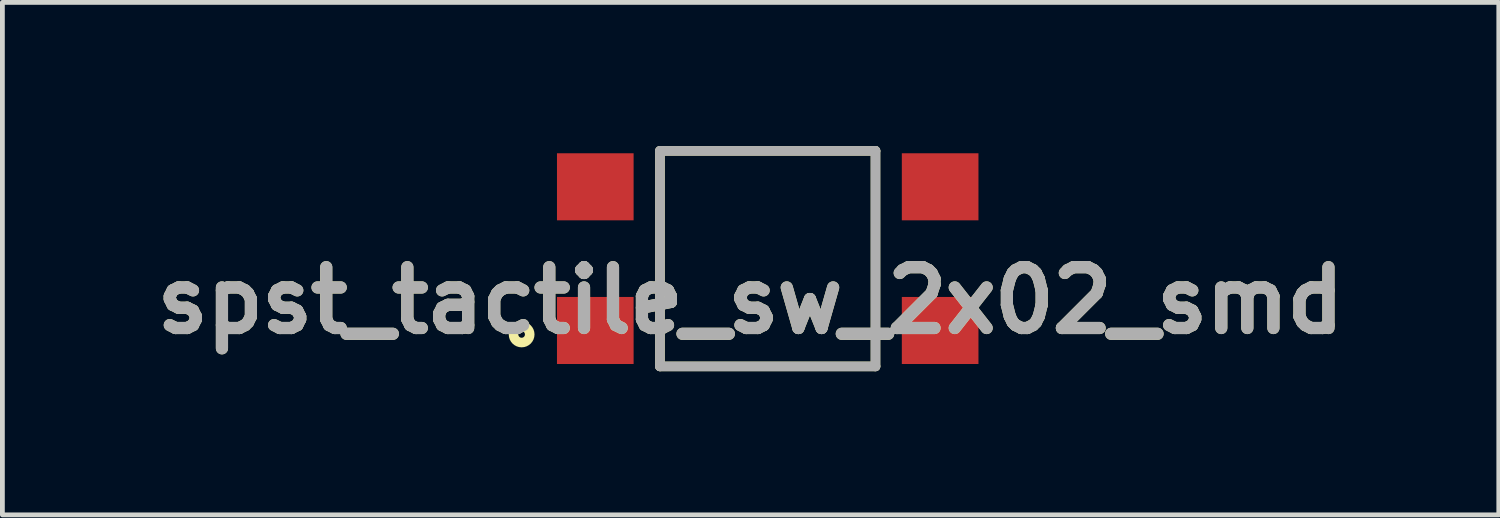
<source format=kicad_pcb>
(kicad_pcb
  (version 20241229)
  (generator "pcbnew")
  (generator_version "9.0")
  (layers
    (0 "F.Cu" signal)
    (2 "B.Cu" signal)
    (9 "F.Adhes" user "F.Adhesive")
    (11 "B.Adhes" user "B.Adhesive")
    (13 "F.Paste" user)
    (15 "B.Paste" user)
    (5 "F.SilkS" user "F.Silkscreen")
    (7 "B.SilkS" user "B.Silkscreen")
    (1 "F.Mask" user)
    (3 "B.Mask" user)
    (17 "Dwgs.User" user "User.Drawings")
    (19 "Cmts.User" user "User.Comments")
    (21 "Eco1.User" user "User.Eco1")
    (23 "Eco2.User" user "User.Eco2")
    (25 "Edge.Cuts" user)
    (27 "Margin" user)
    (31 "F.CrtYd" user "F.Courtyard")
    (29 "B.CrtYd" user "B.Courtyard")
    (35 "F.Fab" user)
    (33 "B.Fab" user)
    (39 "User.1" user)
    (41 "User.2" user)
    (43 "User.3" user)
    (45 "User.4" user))
  (footprint "spst_tactile_sw_2x02_smd"
    (layer "F.Cu")
    (at 12.979 2.35)
    (property "Reference" "spst_tactile_sw_2x02_smd" (at -0.358 0.874 0) (layer "F.SilkS") (effects (font (size 1.27 1.27) (thickness 0.254))))
    (attr smd)
    (fp_line (start -2.25 -2.25) (end 2.25 -2.25) (stroke (width 0.2) (type solid)) (layer "F.SilkS"))
    (fp_line (start -2.25 2.25) (end -2.25 -2.25) (stroke (width 0.2) (type solid)) (layer "F.SilkS"))
    (fp_line (start 2.25 -2.25) (end 2.25 2.25) (stroke (width 0.2) (type solid)) (layer "F.SilkS"))
    (fp_line (start 2.25 2.25) (end -2.25 2.25) (stroke (width 0.2) (type solid)) (layer "F.SilkS"))
    (fp_circle (center -5.138 1.583) (end -5.138 1.652) (stroke (width 0.2) (type solid)) (fill no) (layer "F.SilkS"))
    (fp_line (start -2.25 -2.25) (end 2.25 -2.25) (stroke (width 0.2) (type solid)) (layer "F.Fab"))
    (fp_line (start -2.25 2.25) (end -2.25 -2.25) (stroke (width 0.2) (type solid)) (layer "F.Fab"))
    (fp_line (start 2.25 -2.25) (end 2.25 2.25) (stroke (width 0.2) (type solid)) (layer "F.Fab"))
    (fp_line (start 2.25 2.25) (end -2.25 2.25) (stroke (width 0.2) (type solid)) (layer "F.Fab"))
    (fp_text user "${REFERENCE}" (at -0.358 0.874 0) (layer "F.Fab") (effects (font (size 1.27 1.27) (thickness 0.254))))
    (pad "1" smd rect (at -3.6 1.5 90) (size 1.4 1.6) (layers "F.Cu" "F.Mask" "F.Paste"))
    (pad "2" smd rect (at 3.6 1.5 90) (size 1.4 1.6) (layers "F.Cu" "F.Mask" "F.Paste"))
    (pad "3" smd rect (at -3.6 -1.5 90) (size 1.4 1.6) (layers "F.Cu" "F.Mask" "F.Paste"))
    (pad "4" smd rect (at 3.6 -1.5 90) (size 1.4 1.6) (layers "F.Cu" "F.Mask" "F.Paste")))
  (gr_rect
    (start -3 -3)
    (end 28.243 7.7)
    (stroke (width 0.1) (type default))
    (fill no)
    (layer "Edge.Cuts")))
</source>
